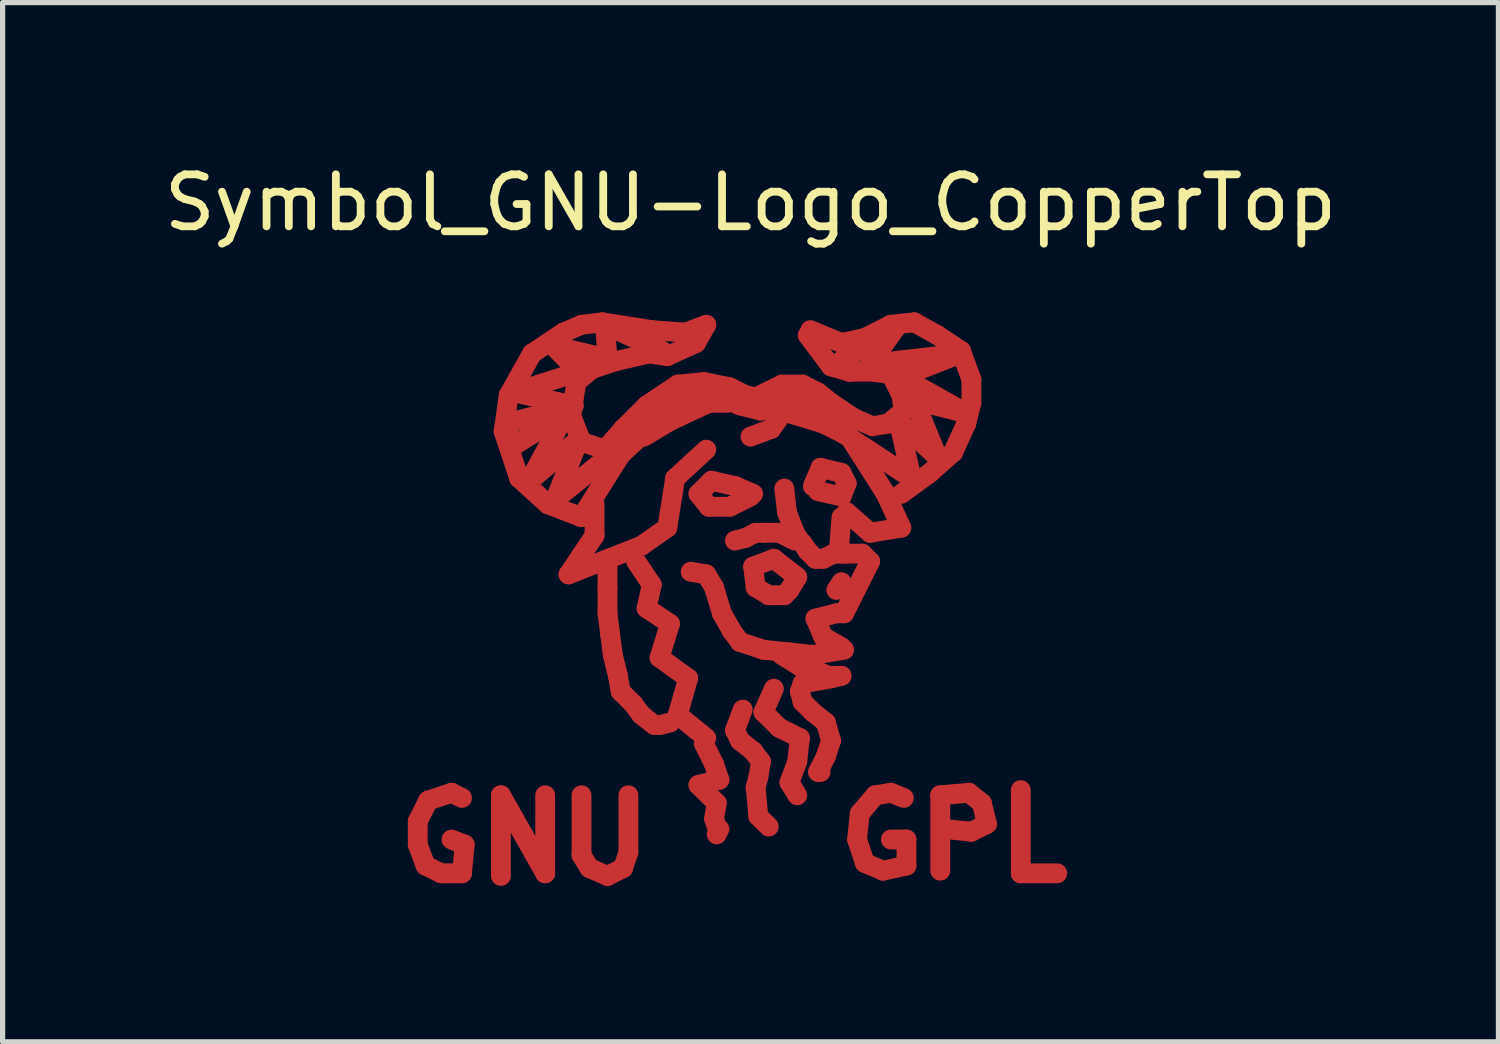
<source format=kicad_pcb>
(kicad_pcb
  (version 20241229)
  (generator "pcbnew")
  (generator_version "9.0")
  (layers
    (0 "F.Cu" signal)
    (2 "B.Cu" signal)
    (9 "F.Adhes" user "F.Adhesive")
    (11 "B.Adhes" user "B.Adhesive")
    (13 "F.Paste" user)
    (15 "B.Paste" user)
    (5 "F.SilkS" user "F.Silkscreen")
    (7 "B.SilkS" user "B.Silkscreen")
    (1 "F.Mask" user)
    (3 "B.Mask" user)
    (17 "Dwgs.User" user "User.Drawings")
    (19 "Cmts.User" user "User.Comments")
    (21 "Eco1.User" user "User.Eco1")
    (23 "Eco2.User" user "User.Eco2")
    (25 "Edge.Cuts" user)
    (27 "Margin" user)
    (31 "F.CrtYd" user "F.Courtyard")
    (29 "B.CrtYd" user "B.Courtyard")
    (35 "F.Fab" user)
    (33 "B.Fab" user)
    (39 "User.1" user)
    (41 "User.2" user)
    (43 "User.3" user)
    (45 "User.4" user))
  (footprint "Symbol_GNU-Logo_CopperTop"
    (layer "F.Cu")
    (at 11.387 6.899)
    (property "Reference" "Symbol_GNU-Logo_CopperTop" (at 0 -6.05 0) (layer "F.SilkS") (effects (font (size 1 1) (thickness 0.15))))
    (attr exclude_from_pos_files exclude_from_bom)
    (fp_line (start -6.401 5.85) (end -6.401 6.299) (stroke (width 0.381) (type solid)) (layer "F.Cu"))
    (fp_line (start -6.401 6.299) (end -6.251 6.701) (stroke (width 0.381) (type solid)) (layer "F.Cu"))
    (fp_line (start -6.251 6.701) (end -5.951 6.85) (stroke (width 0.381) (type solid)) (layer "F.Cu"))
    (fp_line (start -6.2 5.451) (end -6.401 5.85) (stroke (width 0.381) (type solid)) (layer "F.Cu"))
    (fp_line (start -5.951 6.85) (end -5.55 6.85) (stroke (width 0.381) (type solid)) (layer "F.Cu"))
    (fp_line (start -5.751 5.301) (end -6.2 5.451) (stroke (width 0.381) (type solid)) (layer "F.Cu"))
    (fp_line (start -5.55 5.4) (end -5.751 5.301) (stroke (width 0.381) (type solid)) (layer "F.Cu"))
    (fp_line (start -5.55 6.85) (end -5.499 6.299) (stroke (width 0.381) (type solid)) (layer "F.Cu"))
    (fp_line (start -5.499 6.299) (end -5.751 6.2) (stroke (width 0.381) (type solid)) (layer "F.Cu"))
    (fp_line (start -4.801 5.349) (end -3.95 6.85) (stroke (width 0.381) (type solid)) (layer "F.Cu"))
    (fp_line (start -4.801 6.901) (end -4.801 5.349) (stroke (width 0.381) (type solid)) (layer "F.Cu"))
    (fp_line (start -4.75 -1.651) (end -4.45 -0.749) (stroke (width 0.381) (type solid)) (layer "F.Cu"))
    (fp_line (start -4.699 -1.801) (end -3.401 -2.149) (stroke (width 0.381) (type solid)) (layer "F.Cu"))
    (fp_line (start -4.651 -2.349) (end -4.75 -1.651) (stroke (width 0.381) (type solid)) (layer "F.Cu"))
    (fp_line (start -4.6 -1.349) (end -4.699 -1.801) (stroke (width 0.381) (type solid)) (layer "F.Cu"))
    (fp_line (start -4.549 -2.4) (end -3.299 -2.799) (stroke (width 0.381) (type solid)) (layer "F.Cu"))
    (fp_line (start -4.45 -0.749) (end -3.899 -0.249) (stroke (width 0.381) (type solid)) (layer "F.Cu"))
    (fp_line (start -4.249 -0.701) (end -3.551 -1.999) (stroke (width 0.381) (type solid)) (layer "F.Cu"))
    (fp_line (start -4.201 -3.15) (end -4.651 -2.349) (stroke (width 0.381) (type solid)) (layer "F.Cu"))
    (fp_line (start -3.95 6.85) (end -3.95 5.349) (stroke (width 0.381) (type solid)) (layer "F.Cu"))
    (fp_line (start -3.899 -0.249) (end -3.251 0) (stroke (width 0.381) (type solid)) (layer "F.Cu"))
    (fp_line (start -3.8 -3.299) (end -2.751 -3.051) (stroke (width 0.381) (type solid)) (layer "F.Cu"))
    (fp_line (start -3.749 -0.351) (end -3.299 -1.501) (stroke (width 0.381) (type solid)) (layer "F.Cu"))
    (fp_line (start -3.599 -3.551) (end -4.201 -3.15) (stroke (width 0.381) (type solid)) (layer "F.Cu"))
    (fp_line (start -3.551 -1.999) (end -4.6 -1.349) (stroke (width 0.381) (type solid)) (layer "F.Cu"))
    (fp_line (start -3.5 1.1) (end -2.101 0.551) (stroke (width 0.381) (type solid)) (layer "F.Cu"))
    (fp_line (start -3.449 -1.951) (end -3.35 -2.601) (stroke (width 0.381) (type solid)) (layer "F.Cu"))
    (fp_line (start -3.401 -2.149) (end -4.549 -2.4) (stroke (width 0.381) (type solid)) (layer "F.Cu"))
    (fp_line (start -3.35 -2.601) (end -3.051 -2.85) (stroke (width 0.381) (type solid)) (layer "F.Cu"))
    (fp_line (start -3.299 -2.799) (end -3.8 -3.299) (stroke (width 0.381) (type solid)) (layer "F.Cu"))
    (fp_line (start -3.299 -1.501) (end -4.249 -0.701) (stroke (width 0.381) (type solid)) (layer "F.Cu"))
    (fp_line (start -3.251 -3.701) (end -3.599 -3.551) (stroke (width 0.381) (type solid)) (layer "F.Cu"))
    (fp_line (start -3.251 -1.45) (end -3.449 -1.951) (stroke (width 0.381) (type solid)) (layer "F.Cu"))
    (fp_line (start -3.251 0) (end -2.499 -1.199) (stroke (width 0.381) (type solid)) (layer "F.Cu"))
    (fp_line (start -3.251 5.349) (end -3.251 6.5) (stroke (width 0.381) (type solid)) (layer "F.Cu"))
    (fp_line (start -3.251 6.5) (end -3.099 6.749) (stroke (width 0.381) (type solid)) (layer "F.Cu"))
    (fp_line (start -3.099 6.749) (end -2.751 6.901) (stroke (width 0.381) (type solid)) (layer "F.Cu"))
    (fp_line (start -3.051 -2.85) (end -2.601 -3) (stroke (width 0.381) (type solid)) (layer "F.Cu"))
    (fp_line (start -3 -0.249) (end -3 0.351) (stroke (width 0.381) (type solid)) (layer "F.Cu"))
    (fp_line (start -3 0.351) (end -3.5 1.1) (stroke (width 0.381) (type solid)) (layer "F.Cu"))
    (fp_line (start -2.85 -3.749) (end -3.251 -3.701) (stroke (width 0.381) (type solid)) (layer "F.Cu"))
    (fp_line (start -2.799 -3.701) (end -1.699 -3.2) (stroke (width 0.381) (type solid)) (layer "F.Cu"))
    (fp_line (start -2.799 -1.3) (end -3.251 -1.45) (stroke (width 0.381) (type solid)) (layer "F.Cu"))
    (fp_line (start -2.751 -3.051) (end -2.799 -3.701) (stroke (width 0.381) (type solid)) (layer "F.Cu"))
    (fp_line (start -2.751 -1.151) (end -3.749 -0.351) (stroke (width 0.381) (type solid)) (layer "F.Cu"))
    (fp_line (start -2.751 1.349) (end -2.751 0.851) (stroke (width 0.381) (type solid)) (layer "F.Cu"))
    (fp_line (start -2.751 1.849) (end -2.751 1.349) (stroke (width 0.381) (type solid)) (layer "F.Cu"))
    (fp_line (start -2.751 6.901) (end -2.451 6.749) (stroke (width 0.381) (type solid)) (layer "F.Cu"))
    (fp_line (start -2.7 2.25) (end -2.751 1.849) (stroke (width 0.381) (type solid)) (layer "F.Cu"))
    (fp_line (start -2.649 2.649) (end -2.7 2.25) (stroke (width 0.381) (type solid)) (layer "F.Cu"))
    (fp_line (start -2.601 -3) (end -1.951 -3.15) (stroke (width 0.381) (type solid)) (layer "F.Cu"))
    (fp_line (start -2.55 3.051) (end -2.649 2.649) (stroke (width 0.381) (type solid)) (layer "F.Cu"))
    (fp_line (start -2.499 -1.199) (end -1.801 -1.849) (stroke (width 0.381) (type solid)) (layer "F.Cu"))
    (fp_line (start -2.499 3.35) (end -2.55 3.051) (stroke (width 0.381) (type solid)) (layer "F.Cu"))
    (fp_line (start -2.451 -1.699) (end -2.799 -1.3) (stroke (width 0.381) (type solid)) (layer "F.Cu"))
    (fp_line (start -2.451 6.749) (end -2.349 6.449) (stroke (width 0.381) (type solid)) (layer "F.Cu"))
    (fp_line (start -2.349 6.449) (end -2.349 5.349) (stroke (width 0.381) (type solid)) (layer "F.Cu"))
    (fp_line (start -2.25 3.599) (end -2.499 3.35) (stroke (width 0.381) (type solid)) (layer "F.Cu"))
    (fp_line (start -2.2 0.851) (end -1.9 1.3) (stroke (width 0.381) (type solid)) (layer "F.Cu"))
    (fp_line (start -2.101 0.551) (end -1.6 0.201) (stroke (width 0.381) (type solid)) (layer "F.Cu"))
    (fp_line (start -2.101 3.8) (end -2.25 3.599) (stroke (width 0.381) (type solid)) (layer "F.Cu"))
    (fp_line (start -2.05 -1.549) (end -1.549 -1.849) (stroke (width 0.381) (type solid)) (layer "F.Cu"))
    (fp_line (start -1.999 -2.149) (end -2.451 -1.699) (stroke (width 0.381) (type solid)) (layer "F.Cu"))
    (fp_line (start -1.999 1.75) (end -1.549 2.05) (stroke (width 0.381) (type solid)) (layer "F.Cu"))
    (fp_line (start -1.951 -3.15) (end -1.6 -3.099) (stroke (width 0.381) (type solid)) (layer "F.Cu"))
    (fp_line (start -1.9 -3.599) (end -2.85 -3.749) (stroke (width 0.381) (type solid)) (layer "F.Cu"))
    (fp_line (start -1.9 1.3) (end -1.999 1.75) (stroke (width 0.381) (type solid)) (layer "F.Cu"))
    (fp_line (start -1.849 4) (end -2.101 3.8) (stroke (width 0.381) (type solid)) (layer "F.Cu"))
    (fp_line (start -1.801 -1.849) (end -1.199 -2.301) (stroke (width 0.381) (type solid)) (layer "F.Cu"))
    (fp_line (start -1.75 2.7) (end -1.199 3.099) (stroke (width 0.381) (type solid)) (layer "F.Cu"))
    (fp_line (start -1.75 4) (end -1.549 3.95) (stroke (width 0.381) (type solid)) (layer "F.Cu"))
    (fp_line (start -1.6 -3.099) (end -1.049 -3.35) (stroke (width 0.381) (type solid)) (layer "F.Cu"))
    (fp_line (start -1.6 0.201) (end -1.45 -0.749) (stroke (width 0.381) (type solid)) (layer "F.Cu"))
    (fp_line (start -1.549 -1.849) (end -0.8 -2.2) (stroke (width 0.381) (type solid)) (layer "F.Cu"))
    (fp_line (start -1.549 2.05) (end -1.75 2.7) (stroke (width 0.381) (type solid)) (layer "F.Cu"))
    (fp_line (start -1.45 -0.749) (end -0.851 -1.3) (stroke (width 0.381) (type solid)) (layer "F.Cu"))
    (fp_line (start -1.4 -2.55) (end -1.999 -2.149) (stroke (width 0.381) (type solid)) (layer "F.Cu"))
    (fp_line (start -1.4 3.8) (end -0.851 4.249) (stroke (width 0.381) (type solid)) (layer "F.Cu"))
    (fp_line (start -1.25 -3.551) (end -1.9 -3.599) (stroke (width 0.381) (type solid)) (layer "F.Cu"))
    (fp_line (start -1.199 -2.301) (end -0.65 -2.349) (stroke (width 0.381) (type solid)) (layer "F.Cu"))
    (fp_line (start -1.199 3.099) (end -1.4 3.8) (stroke (width 0.381) (type solid)) (layer "F.Cu"))
    (fp_line (start -1.049 -3.35) (end -0.851 -3.701) (stroke (width 0.381) (type solid)) (layer "F.Cu"))
    (fp_line (start -1.001 -0.45) (end -0.8 -0.201) (stroke (width 0.381) (type solid)) (layer "F.Cu"))
    (fp_line (start -1.001 5.151) (end -0.65 5.499) (stroke (width 0.381) (type solid)) (layer "F.Cu"))
    (fp_line (start -0.899 -2.601) (end -1.4 -2.55) (stroke (width 0.381) (type solid)) (layer "F.Cu"))
    (fp_line (start -0.899 4.351) (end -0.701 4.75) (stroke (width 0.381) (type solid)) (layer "F.Cu"))
    (fp_line (start -0.851 -3.701) (end -1.25 -3.551) (stroke (width 0.381) (type solid)) (layer "F.Cu"))
    (fp_line (start -0.851 1.1) (end -1.151 1.049) (stroke (width 0.381) (type solid)) (layer "F.Cu"))
    (fp_line (start -0.8 -2.2) (end -0.45 -2.2) (stroke (width 0.381) (type solid)) (layer "F.Cu"))
    (fp_line (start -0.8 -0.201) (end -0.399 -0.201) (stroke (width 0.381) (type solid)) (layer "F.Cu"))
    (fp_line (start -0.749 -0.701) (end -1.001 -0.45) (stroke (width 0.381) (type solid)) (layer "F.Cu"))
    (fp_line (start -0.701 1.349) (end -0.851 1.1) (stroke (width 0.381) (type solid)) (layer "F.Cu"))
    (fp_line (start -0.701 4.75) (end -0.599 5.05) (stroke (width 0.381) (type solid)) (layer "F.Cu"))
    (fp_line (start -0.701 5.799) (end -0.65 5.951) (stroke (width 0.381) (type solid)) (layer "F.Cu"))
    (fp_line (start -0.65 -2.349) (end -0.201 -2.149) (stroke (width 0.381) (type solid)) (layer "F.Cu"))
    (fp_line (start -0.65 5.499) (end -0.701 5.799) (stroke (width 0.381) (type solid)) (layer "F.Cu"))
    (fp_line (start -0.599 5.05) (end -1.001 5.151) (stroke (width 0.381) (type solid)) (layer "F.Cu"))
    (fp_line (start -0.599 5.999) (end -0.65 6.101) (stroke (width 0.381) (type solid)) (layer "F.Cu"))
    (fp_line (start -0.551 1.849) (end -0.701 1.349) (stroke (width 0.381) (type solid)) (layer "F.Cu"))
    (fp_line (start -0.399 -2.499) (end -0.899 -2.601) (stroke (width 0.381) (type solid)) (layer "F.Cu"))
    (fp_line (start -0.399 -0.201) (end 0 -0.399) (stroke (width 0.381) (type solid)) (layer "F.Cu"))
    (fp_line (start -0.351 2.2) (end -0.551 1.849) (stroke (width 0.381) (type solid)) (layer "F.Cu"))
    (fp_line (start -0.3 -0.599) (end -0.749 -0.701) (stroke (width 0.381) (type solid)) (layer "F.Cu"))
    (fp_line (start -0.3 4.1) (end -0.201 4.3) (stroke (width 0.381) (type solid)) (layer "F.Cu"))
    (fp_line (start -0.201 -2.149) (end 0.201 -2.05) (stroke (width 0.381) (type solid)) (layer "F.Cu"))
    (fp_line (start -0.201 2.4) (end -0.351 2.2) (stroke (width 0.381) (type solid)) (layer "F.Cu"))
    (fp_line (start -0.201 4.3) (end 0.051 4.501) (stroke (width 0.381) (type solid)) (layer "F.Cu"))
    (fp_line (start -0.15 3.701) (end -0.3 4.1) (stroke (width 0.381) (type solid)) (layer "F.Cu"))
    (fp_line (start -0.099 -2.349) (end -0.399 -2.499) (stroke (width 0.381) (type solid)) (layer "F.Cu"))
    (fp_line (start -0.099 0.399) (end -0.3 0.45) (stroke (width 0.381) (type solid)) (layer "F.Cu"))
    (fp_line (start 0 -1.549) (end 0.399 -1.699) (stroke (width 0.381) (type solid)) (layer "F.Cu"))
    (fp_line (start 0.051 -0.45) (end -0.3 -0.599) (stroke (width 0.381) (type solid)) (layer "F.Cu"))
    (fp_line (start 0.051 0.95) (end 0.099 1.349) (stroke (width 0.381) (type solid)) (layer "F.Cu"))
    (fp_line (start 0.051 4.501) (end 0.201 4.699) (stroke (width 0.381) (type solid)) (layer "F.Cu"))
    (fp_line (start 0.099 -2.301) (end -0.099 -2.349) (stroke (width 0.381) (type solid)) (layer "F.Cu"))
    (fp_line (start 0.099 0.3) (end -0.099 0.399) (stroke (width 0.381) (type solid)) (layer "F.Cu"))
    (fp_line (start 0.099 1.349) (end 0.351 1.501) (stroke (width 0.381) (type solid)) (layer "F.Cu"))
    (fp_line (start 0.099 5.199) (end 0.15 5.751) (stroke (width 0.381) (type solid)) (layer "F.Cu"))
    (fp_line (start 0.15 5.001) (end 0.099 5.199) (stroke (width 0.381) (type solid)) (layer "F.Cu"))
    (fp_line (start 0.15 5.751) (end 0.351 5.951) (stroke (width 0.381) (type solid)) (layer "F.Cu"))
    (fp_line (start 0.201 -2.05) (end 0.65 -2.2) (stroke (width 0.381) (type solid)) (layer "F.Cu"))
    (fp_line (start 0.201 4.699) (end 0.15 5.001) (stroke (width 0.381) (type solid)) (layer "F.Cu"))
    (fp_line (start 0.249 0.3) (end 0.099 0.3) (stroke (width 0.381) (type solid)) (layer "F.Cu"))
    (fp_line (start 0.249 2.55) (end -0.201 2.4) (stroke (width 0.381) (type solid)) (layer "F.Cu"))
    (fp_line (start 0.249 3.749) (end 0.551 4.049) (stroke (width 0.381) (type solid)) (layer "F.Cu"))
    (fp_line (start 0.351 1.501) (end 0.65 1.501) (stroke (width 0.381) (type solid)) (layer "F.Cu"))
    (fp_line (start 0.399 -1.699) (end 0.65 -2.05) (stroke (width 0.381) (type solid)) (layer "F.Cu"))
    (fp_line (start 0.45 0.8) (end 0.051 0.95) (stroke (width 0.381) (type solid)) (layer "F.Cu"))
    (fp_line (start 0.45 3.299) (end 0.249 3.749) (stroke (width 0.381) (type solid)) (layer "F.Cu"))
    (fp_line (start 0.551 0.3) (end 0.249 0.3) (stroke (width 0.381) (type solid)) (layer "F.Cu"))
    (fp_line (start 0.551 4.049) (end 0.95 4.249) (stroke (width 0.381) (type solid)) (layer "F.Cu"))
    (fp_line (start 0.599 -2.55) (end 0.099 -2.301) (stroke (width 0.381) (type solid)) (layer "F.Cu"))
    (fp_line (start 0.599 2.649) (end 1.001 2.901) (stroke (width 0.381) (type solid)) (layer "F.Cu"))
    (fp_line (start 0.65 -2.2) (end 1.1 -2.101) (stroke (width 0.381) (type solid)) (layer "F.Cu"))
    (fp_line (start 0.65 -0.551) (end 0.701 -0.099) (stroke (width 0.381) (type solid)) (layer "F.Cu"))
    (fp_line (start 0.65 1.501) (end 0.749 1.4) (stroke (width 0.381) (type solid)) (layer "F.Cu"))
    (fp_line (start 0.701 -0.099) (end 0.851 0.3) (stroke (width 0.381) (type solid)) (layer "F.Cu"))
    (fp_line (start 0.749 -1.999) (end 1.4 -1.801) (stroke (width 0.381) (type solid)) (layer "F.Cu"))
    (fp_line (start 0.749 1.4) (end 0.899 1.151) (stroke (width 0.381) (type solid)) (layer "F.Cu"))
    (fp_line (start 0.749 2.601) (end 0.249 2.55) (stroke (width 0.381) (type solid)) (layer "F.Cu"))
    (fp_line (start 0.749 5.1) (end 0.899 5.349) (stroke (width 0.381) (type solid)) (layer "F.Cu"))
    (fp_line (start 0.851 -2.301) (end 1.1 -2.25) (stroke (width 0.381) (type solid)) (layer "F.Cu"))
    (fp_line (start 0.851 0.3) (end 0.95 0.45) (stroke (width 0.381) (type solid)) (layer "F.Cu"))
    (fp_line (start 0.851 0.45) (end 0.551 0.3) (stroke (width 0.381) (type solid)) (layer "F.Cu"))
    (fp_line (start 0.899 1.151) (end 0.45 0.8) (stroke (width 0.381) (type solid)) (layer "F.Cu"))
    (fp_line (start 0.899 4.699) (end 0.749 5.1) (stroke (width 0.381) (type solid)) (layer "F.Cu"))
    (fp_line (start 0.95 3.35) (end 1.001 3.551) (stroke (width 0.381) (type solid)) (layer "F.Cu"))
    (fp_line (start 0.95 4.249) (end 0.899 4.699) (stroke (width 0.381) (type solid)) (layer "F.Cu"))
    (fp_line (start 1.001 -2.55) (end 0.599 -2.55) (stroke (width 0.381) (type solid)) (layer "F.Cu"))
    (fp_line (start 1.001 0.5) (end 1.1 0.65) (stroke (width 0.381) (type solid)) (layer "F.Cu"))
    (fp_line (start 1.001 2.901) (end 1.25 2.901) (stroke (width 0.381) (type solid)) (layer "F.Cu"))
    (fp_line (start 1.001 3.2) (end 0.95 3.35) (stroke (width 0.381) (type solid)) (layer "F.Cu"))
    (fp_line (start 1.001 3.551) (end 1.199 3.749) (stroke (width 0.381) (type solid)) (layer "F.Cu"))
    (fp_line (start 1.1 -3.5) (end 1.549 -2.901) (stroke (width 0.381) (type solid)) (layer "F.Cu"))
    (fp_line (start 1.1 -2.101) (end 1.699 -1.801) (stroke (width 0.381) (type solid)) (layer "F.Cu"))
    (fp_line (start 1.1 0.65) (end 1.25 0.8) (stroke (width 0.381) (type solid)) (layer "F.Cu"))
    (fp_line (start 1.151 -3.599) (end 1.75 -3.35) (stroke (width 0.381) (type solid)) (layer "F.Cu"))
    (fp_line (start 1.199 -0.599) (end 1.349 -0.95) (stroke (width 0.381) (type solid)) (layer "F.Cu"))
    (fp_line (start 1.199 2.649) (end 0.749 2.601) (stroke (width 0.381) (type solid)) (layer "F.Cu"))
    (fp_line (start 1.199 3.749) (end 1.45 3.95) (stroke (width 0.381) (type solid)) (layer "F.Cu"))
    (fp_line (start 1.25 0.8) (end 1.4 0.8) (stroke (width 0.381) (type solid)) (layer "F.Cu"))
    (fp_line (start 1.25 1.951) (end 1.4 2.301) (stroke (width 0.381) (type solid)) (layer "F.Cu"))
    (fp_line (start 1.25 2.949) (end 1.501 3.051) (stroke (width 0.381) (type solid)) (layer "F.Cu"))
    (fp_line (start 1.3 -2.4) (end 1.001 -2.55) (stroke (width 0.381) (type solid)) (layer "F.Cu"))
    (fp_line (start 1.3 4.9) (end 1.349 4.9) (stroke (width 0.381) (type solid)) (layer "F.Cu"))
    (fp_line (start 1.349 -0.95) (end 1.75 -0.851) (stroke (width 0.381) (type solid)) (layer "F.Cu"))
    (fp_line (start 1.4 -1.801) (end 1.801 -1.6) (stroke (width 0.381) (type solid)) (layer "F.Cu"))
    (fp_line (start 1.4 0.8) (end 1.6 0.701) (stroke (width 0.381) (type solid)) (layer "F.Cu"))
    (fp_line (start 1.4 2.301) (end 1.75 2.499) (stroke (width 0.381) (type solid)) (layer "F.Cu"))
    (fp_line (start 1.45 3.95) (end 1.549 4.3) (stroke (width 0.381) (type solid)) (layer "F.Cu"))
    (fp_line (start 1.45 4.6) (end 1.3 4.9) (stroke (width 0.381) (type solid)) (layer "F.Cu"))
    (fp_line (start 1.501 3.051) (end 1.75 3.051) (stroke (width 0.381) (type solid)) (layer "F.Cu"))
    (fp_line (start 1.549 -2.901) (end 1.9 -2.799) (stroke (width 0.381) (type solid)) (layer "F.Cu"))
    (fp_line (start 1.549 -2.2) (end 1.3 -2.4) (stroke (width 0.381) (type solid)) (layer "F.Cu"))
    (fp_line (start 1.549 3.099) (end 1.001 3.2) (stroke (width 0.381) (type solid)) (layer "F.Cu"))
    (fp_line (start 1.549 4.3) (end 1.45 4.6) (stroke (width 0.381) (type solid)) (layer "F.Cu"))
    (fp_line (start 1.6 0.701) (end 1.801 0.701) (stroke (width 0.381) (type solid)) (layer "F.Cu"))
    (fp_line (start 1.651 1.849) (end 1.25 1.951) (stroke (width 0.381) (type solid)) (layer "F.Cu"))
    (fp_line (start 1.699 -1.801) (end 1.9 -1.549) (stroke (width 0.381) (type solid)) (layer "F.Cu"))
    (fp_line (start 1.75 -3.35) (end 2.2 -3.449) (stroke (width 0.381) (type solid)) (layer "F.Cu"))
    (fp_line (start 1.75 -0.851) (end 1.849 -0.65) (stroke (width 0.381) (type solid)) (layer "F.Cu"))
    (fp_line (start 1.75 -0.399) (end 1.3 -0.5) (stroke (width 0.381) (type solid)) (layer "F.Cu"))
    (fp_line (start 1.75 0) (end 1.699 0.65) (stroke (width 0.381) (type solid)) (layer "F.Cu"))
    (fp_line (start 1.75 0.701) (end 2.149 0.701) (stroke (width 0.381) (type solid)) (layer "F.Cu"))
    (fp_line (start 1.75 1.25) (end 1.651 1.4) (stroke (width 0.381) (type solid)) (layer "F.Cu"))
    (fp_line (start 1.75 3.051) (end 1.549 3.099) (stroke (width 0.381) (type solid)) (layer "F.Cu"))
    (fp_line (start 1.801 -1.6) (end 3.099 -0.749) (stroke (width 0.381) (type solid)) (layer "F.Cu"))
    (fp_line (start 1.801 1.849) (end 1.651 1.849) (stroke (width 0.381) (type solid)) (layer "F.Cu"))
    (fp_line (start 1.801 2.55) (end 1.199 2.649) (stroke (width 0.381) (type solid)) (layer "F.Cu"))
    (fp_line (start 1.849 -0.65) (end 1.75 -0.399) (stroke (width 0.381) (type solid)) (layer "F.Cu"))
    (fp_line (start 1.9 -2.799) (end 2.349 -2.799) (stroke (width 0.381) (type solid)) (layer "F.Cu"))
    (fp_line (start 1.9 -1.549) (end 2.601 -0.45) (stroke (width 0.381) (type solid)) (layer "F.Cu"))
    (fp_line (start 1.999 -1.9) (end 1.549 -2.2) (stroke (width 0.381) (type solid)) (layer "F.Cu"))
    (fp_line (start 2.05 6.2) (end 2.2 6.65) (stroke (width 0.381) (type solid)) (layer "F.Cu"))
    (fp_line (start 2.101 5.7) (end 2.05 6.2) (stroke (width 0.381) (type solid)) (layer "F.Cu"))
    (fp_line (start 2.149 0.701) (end 2.301 0.851) (stroke (width 0.381) (type solid)) (layer "F.Cu"))
    (fp_line (start 2.2 -3.449) (end 2.7 -3.701) (stroke (width 0.381) (type solid)) (layer "F.Cu"))
    (fp_line (start 2.2 6.65) (end 2.55 6.8) (stroke (width 0.381) (type solid)) (layer "F.Cu"))
    (fp_line (start 2.301 -2.949) (end 2.799 -3.65) (stroke (width 0.381) (type solid)) (layer "F.Cu"))
    (fp_line (start 2.301 0.3) (end 1.849 -0.099) (stroke (width 0.381) (type solid)) (layer "F.Cu"))
    (fp_line (start 2.301 0.851) (end 1.801 1.849) (stroke (width 0.381) (type solid)) (layer "F.Cu"))
    (fp_line (start 2.349 -2.799) (end 2.7 -2.751) (stroke (width 0.381) (type solid)) (layer "F.Cu"))
    (fp_line (start 2.349 -1.75) (end 1.999 -1.9) (stroke (width 0.381) (type solid)) (layer "F.Cu"))
    (fp_line (start 2.4 5.349) (end 2.101 5.7) (stroke (width 0.381) (type solid)) (layer "F.Cu"))
    (fp_line (start 2.55 6.8) (end 3 6.701) (stroke (width 0.381) (type solid)) (layer "F.Cu"))
    (fp_line (start 2.601 -0.45) (end 2.901 0.201) (stroke (width 0.381) (type solid)) (layer "F.Cu"))
    (fp_line (start 2.649 -1.801) (end 2.349 -1.75) (stroke (width 0.381) (type solid)) (layer "F.Cu"))
    (fp_line (start 2.7 -3.701) (end 3.15 -3.749) (stroke (width 0.381) (type solid)) (layer "F.Cu"))
    (fp_line (start 2.7 -2.751) (end 2.901 -2.349) (stroke (width 0.381) (type solid)) (layer "F.Cu"))
    (fp_line (start 2.7 5.301) (end 2.4 5.349) (stroke (width 0.381) (type solid)) (layer "F.Cu"))
    (fp_line (start 2.799 -3.65) (end 1.651 -2.949) (stroke (width 0.381) (type solid)) (layer "F.Cu"))
    (fp_line (start 2.85 -1.849) (end 3.599 -1.151) (stroke (width 0.381) (type solid)) (layer "F.Cu"))
    (fp_line (start 2.901 -2.7) (end 4.049 -3.15) (stroke (width 0.381) (type solid)) (layer "F.Cu"))
    (fp_line (start 2.901 -2.349) (end 2.949 -2.05) (stroke (width 0.381) (type solid)) (layer "F.Cu"))
    (fp_line (start 2.901 0.201) (end 2.301 0.3) (stroke (width 0.381) (type solid)) (layer "F.Cu"))
    (fp_line (start 2.949 -2.05) (end 2.649 -1.801) (stroke (width 0.381) (type solid)) (layer "F.Cu"))
    (fp_line (start 2.949 5.4) (end 2.7 5.301) (stroke (width 0.381) (type solid)) (layer "F.Cu"))
    (fp_line (start 3 6.2) (end 2.7 6.2) (stroke (width 0.381) (type solid)) (layer "F.Cu"))
    (fp_line (start 3 6.701) (end 3 6.2) (stroke (width 0.381) (type solid)) (layer "F.Cu"))
    (fp_line (start 3.099 -0.749) (end 2.85 -1.849) (stroke (width 0.381) (type solid)) (layer "F.Cu"))
    (fp_line (start 3.15 -3.749) (end 3.599 -3.5) (stroke (width 0.381) (type solid)) (layer "F.Cu"))
    (fp_line (start 3.15 -2.25) (end 4.15 -1.999) (stroke (width 0.381) (type solid)) (layer "F.Cu"))
    (fp_line (start 3.449 -0.851) (end 2.901 -0.45) (stroke (width 0.381) (type solid)) (layer "F.Cu"))
    (fp_line (start 3.599 -3.5) (end 4.049 -3.2) (stroke (width 0.381) (type solid)) (layer "F.Cu"))
    (fp_line (start 3.599 -1.151) (end 3.15 -2.25) (stroke (width 0.381) (type solid)) (layer "F.Cu"))
    (fp_line (start 3.65 5.349) (end 4.201 5.301) (stroke (width 0.381) (type solid)) (layer "F.Cu"))
    (fp_line (start 3.65 6.8) (end 3.65 5.349) (stroke (width 0.381) (type solid)) (layer "F.Cu"))
    (fp_line (start 3.899 -1.25) (end 3.449 -0.851) (stroke (width 0.381) (type solid)) (layer "F.Cu"))
    (fp_line (start 4.049 -3.2) (end 4.249 -2.649) (stroke (width 0.381) (type solid)) (layer "F.Cu"))
    (fp_line (start 4.049 -3.15) (end 2.301 -2.949) (stroke (width 0.381) (type solid)) (layer "F.Cu"))
    (fp_line (start 4.15 -1.999) (end 2.901 -2.7) (stroke (width 0.381) (type solid)) (layer "F.Cu"))
    (fp_line (start 4.15 -1.801) (end 3.899 -1.25) (stroke (width 0.381) (type solid)) (layer "F.Cu"))
    (fp_line (start 4.201 5.301) (end 4.45 5.499) (stroke (width 0.381) (type solid)) (layer "F.Cu"))
    (fp_line (start 4.249 -2.649) (end 4.249 -2.2) (stroke (width 0.381) (type solid)) (layer "F.Cu"))
    (fp_line (start 4.249 -2.2) (end 4.15 -1.801) (stroke (width 0.381) (type solid)) (layer "F.Cu"))
    (fp_line (start 4.249 6.05) (end 3.749 5.999) (stroke (width 0.381) (type solid)) (layer "F.Cu"))
    (fp_line (start 4.45 5.499) (end 4.549 5.9) (stroke (width 0.381) (type solid)) (layer "F.Cu"))
    (fp_line (start 4.549 5.9) (end 4.249 6.05) (stroke (width 0.381) (type solid)) (layer "F.Cu"))
    (fp_line (start 5.199 5.25) (end 5.199 6.85) (stroke (width 0.381) (type solid)) (layer "F.Cu"))
    (fp_line (start 5.199 6.85) (end 5.9 6.85) (stroke (width 0.381) (type solid)) (layer "F.Cu")))
  (gr_rect
    (start -3 -3)
    (end 25.774 16.99)
    (stroke (width 0.1) (type default))
    (fill no)
    (layer "Edge.Cuts")))
</source>
